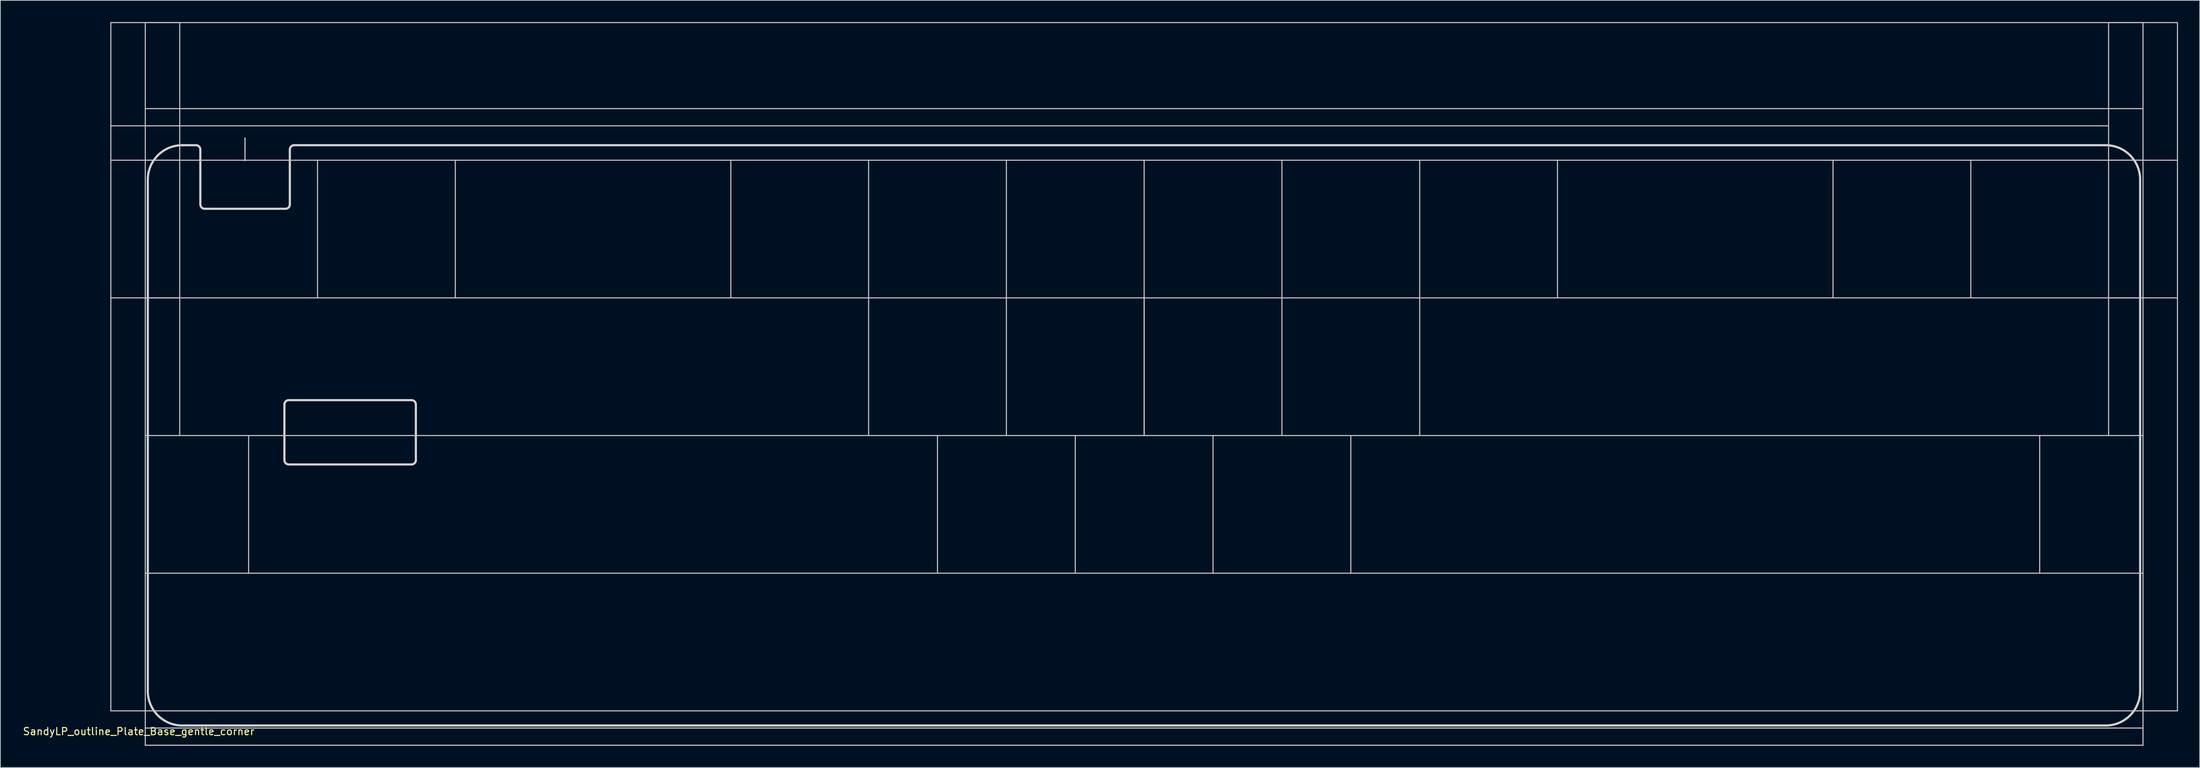
<source format=kicad_pcb>
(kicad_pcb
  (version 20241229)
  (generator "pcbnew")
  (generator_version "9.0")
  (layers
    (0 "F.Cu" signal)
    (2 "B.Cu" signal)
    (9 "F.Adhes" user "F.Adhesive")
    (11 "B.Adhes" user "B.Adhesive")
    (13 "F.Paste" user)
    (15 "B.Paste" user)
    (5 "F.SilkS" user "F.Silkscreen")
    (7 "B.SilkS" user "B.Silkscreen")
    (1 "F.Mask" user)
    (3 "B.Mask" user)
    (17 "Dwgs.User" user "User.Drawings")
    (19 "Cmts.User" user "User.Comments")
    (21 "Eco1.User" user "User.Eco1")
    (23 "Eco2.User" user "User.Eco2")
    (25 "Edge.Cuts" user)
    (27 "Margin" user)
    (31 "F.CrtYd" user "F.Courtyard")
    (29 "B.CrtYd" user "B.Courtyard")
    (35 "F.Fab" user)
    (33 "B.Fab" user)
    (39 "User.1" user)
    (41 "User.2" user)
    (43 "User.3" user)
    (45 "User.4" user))
  (footprint "SandyLP_outline_Plate_Base_gentle_corner"
    (layer "F.Cu")
    (at 155.15 66.75)
    (property "Reference" "SandyLP_outline_Plate_Base_gentle_corner" (at -139.025 31.425 0) (layer "F.SilkS") (effects (font (size 1 1) (thickness 0.15))))
    (attr through_hole)
    (fp_line (start -142.875 -66.675) (end -133.35 -66.675) (stroke (width 0.15) (type solid)) (layer "Dwgs.User"))
    (fp_line (start -142.875 -47.625) (end -142.875 -66.675) (stroke (width 0.15) (type solid)) (layer "Dwgs.User"))
    (fp_line (start -142.875 -47.625) (end -133.35 -47.625) (stroke (width 0.15) (type solid)) (layer "Dwgs.User"))
    (fp_line (start -142.875 -28.575) (end -142.875 -47.625) (stroke (width 0.15) (type solid)) (layer "Dwgs.User"))
    (fp_line (start -142.875 -28.575) (end -133.35 -28.575) (stroke (width 0.15) (type solid)) (layer "Dwgs.User"))
    (fp_line (start -142.875 -9.525) (end -142.875 -28.575) (stroke (width 0.15) (type solid)) (layer "Dwgs.User"))
    (fp_line (start -142.875 9.525) (end -142.875 -9.525) (stroke (width 0.15) (type solid)) (layer "Dwgs.User"))
    (fp_line (start -142.875 28.575) (end -142.875 9.525) (stroke (width 0.15) (type solid)) (layer "Dwgs.User"))
    (fp_line (start -138.113 -47.625) (end -138.113 -66.675) (stroke (width 0.15) (type solid)) (layer "Dwgs.User"))
    (fp_line (start -138.113 -28.575) (end -138.113 -47.625) (stroke (width 0.15) (type solid)) (layer "Dwgs.User"))
    (fp_line (start -138.113 -9.525) (end -138.113 -28.575) (stroke (width 0.15) (type solid)) (layer "Dwgs.User"))
    (fp_line (start -138.113 9.525) (end -138.113 -9.525) (stroke (width 0.15) (type solid)) (layer "Dwgs.User"))
    (fp_line (start -138.113 28.575) (end -138.113 9.525) (stroke (width 0.15) (type solid)) (layer "Dwgs.User"))
    (fp_line (start -138.113 33.337) (end -138.113 28.575) (stroke (width 0.15) (type solid)) (layer "Dwgs.User"))
    (fp_line (start -133.35 -47.625) (end -133.35 -66.675) (stroke (width 0.15) (type solid)) (layer "Dwgs.User"))
    (fp_line (start -133.35 -28.575) (end -133.35 -47.625) (stroke (width 0.15) (type solid)) (layer "Dwgs.User"))
    (fp_line (start -133.35 -9.525) (end -133.35 -28.575) (stroke (width 0.15) (type solid)) (layer "Dwgs.User"))
    (fp_line (start -124.325 -50.706) (end -124.325 -47.556) (stroke (width 0.15) (type solid)) (layer "Dwgs.User"))
    (fp_line (start -124.325 -50.706) (end -124.325 -47.556) (stroke (width 0.15) (type solid)) (layer "Dwgs.User"))
    (fp_line (start -123.825 9.525) (end -123.825 -9.525) (stroke (width 0.15) (type solid)) (layer "Dwgs.User"))
    (fp_line (start -114.3 -28.575) (end -114.3 -47.625) (stroke (width 0.15) (type solid)) (layer "Dwgs.User"))
    (fp_line (start -95.25 -28.575) (end -95.25 -47.625) (stroke (width 0.15) (type solid)) (layer "Dwgs.User"))
    (fp_line (start -57.15 -28.575) (end -57.15 -47.625) (stroke (width 0.15) (type solid)) (layer "Dwgs.User"))
    (fp_line (start -38.1 -28.575) (end -38.1 -47.625) (stroke (width 0.15) (type solid)) (layer "Dwgs.User"))
    (fp_line (start -38.1 -9.525) (end -38.1 -28.575) (stroke (width 0.15) (type solid)) (layer "Dwgs.User"))
    (fp_line (start -28.575 9.525) (end -28.575 -9.525) (stroke (width 0.15) (type solid)) (layer "Dwgs.User"))
    (fp_line (start -19.05 -28.575) (end -19.05 -47.625) (stroke (width 0.15) (type solid)) (layer "Dwgs.User"))
    (fp_line (start -19.05 -9.525) (end -19.05 -28.575) (stroke (width 0.15) (type solid)) (layer "Dwgs.User"))
    (fp_line (start -9.525 9.525) (end -9.525 -9.525) (stroke (width 0.15) (type solid)) (layer "Dwgs.User"))
    (fp_line (start 0 -28.575) (end 0 -47.625) (stroke (width 0.15) (type solid)) (layer "Dwgs.User"))
    (fp_line (start 0 -28.575) (end 0 -9.525) (stroke (width 0.15) (type solid)) (layer "Dwgs.User"))
    (fp_line (start 0 -9.525) (end 0 -28.575) (stroke (width 0.15) (type solid)) (layer "Dwgs.User"))
    (fp_line (start 0 -9.525) (end 0 -28.575) (stroke (width 0.15) (type solid)) (layer "Dwgs.User"))
    (fp_line (start 9.525 9.525) (end 9.525 -9.525) (stroke (width 0.15) (type solid)) (layer "Dwgs.User"))
    (fp_line (start 19.05 -28.575) (end 19.05 -47.625) (stroke (width 0.15) (type solid)) (layer "Dwgs.User"))
    (fp_line (start 19.05 -9.525) (end 19.05 -28.575) (stroke (width 0.15) (type solid)) (layer "Dwgs.User"))
    (fp_line (start 28.575 9.525) (end 28.575 -9.525) (stroke (width 0.15) (type solid)) (layer "Dwgs.User"))
    (fp_line (start 38.1 -28.575) (end 38.1 -47.625) (stroke (width 0.15) (type solid)) (layer "Dwgs.User"))
    (fp_line (start 38.1 -9.525) (end 38.1 -28.575) (stroke (width 0.15) (type solid)) (layer "Dwgs.User"))
    (fp_line (start 57.15 -28.575) (end 57.15 -47.625) (stroke (width 0.15) (type solid)) (layer "Dwgs.User"))
    (fp_line (start 95.25 -28.575) (end 95.25 -47.625) (stroke (width 0.15) (type solid)) (layer "Dwgs.User"))
    (fp_line (start 114.3 -28.575) (end 114.3 -47.625) (stroke (width 0.15) (type solid)) (layer "Dwgs.User"))
    (fp_line (start 123.825 9.525) (end 123.825 -9.525) (stroke (width 0.15) (type solid)) (layer "Dwgs.User"))
    (fp_line (start 133.35 -52.388) (end -142.875 -52.388) (stroke (width 0.15) (type solid)) (layer "Dwgs.User"))
    (fp_line (start 133.35 -47.625) (end 133.35 -66.675) (stroke (width 0.15) (type solid)) (layer "Dwgs.User"))
    (fp_line (start 133.35 -28.575) (end 133.35 -47.625) (stroke (width 0.15) (type solid)) (layer "Dwgs.User"))
    (fp_line (start 133.35 -9.525) (end 133.35 -28.575) (stroke (width 0.15) (type solid)) (layer "Dwgs.User"))
    (fp_line (start 138.113 -66.675) (end -138.113 -66.675) (stroke (width 0.15) (type solid)) (layer "Dwgs.User"))
    (fp_line (start 138.113 -54.769) (end -138.113 -54.769) (stroke (width 0.15) (type solid)) (layer "Dwgs.User"))
    (fp_line (start 138.113 -47.625) (end -138.113 -47.625) (stroke (width 0.15) (type solid)) (layer "Dwgs.User"))
    (fp_line (start 138.113 -47.625) (end 138.113 -66.675) (stroke (width 0.15) (type solid)) (layer "Dwgs.User"))
    (fp_line (start 138.113 -28.575) (end -138.113 -28.575) (stroke (width 0.15) (type solid)) (layer "Dwgs.User"))
    (fp_line (start 138.113 -28.575) (end 138.113 -47.625) (stroke (width 0.15) (type solid)) (layer "Dwgs.User"))
    (fp_line (start 138.113 -9.525) (end -138.113 -9.525) (stroke (width 0.15) (type solid)) (layer "Dwgs.User"))
    (fp_line (start 138.113 -9.525) (end 138.113 -28.575) (stroke (width 0.15) (type solid)) (layer "Dwgs.User"))
    (fp_line (start 138.113 9.525) (end -138.113 9.525) (stroke (width 0.15) (type solid)) (layer "Dwgs.User"))
    (fp_line (start 138.113 9.525) (end 138.113 -9.525) (stroke (width 0.15) (type solid)) (layer "Dwgs.User"))
    (fp_line (start 138.113 28.575) (end 138.113 9.525) (stroke (width 0.15) (type solid)) (layer "Dwgs.User"))
    (fp_line (start 138.113 30.956) (end -138.113 30.956) (stroke (width 0.15) (type solid)) (layer "Dwgs.User"))
    (fp_line (start 138.113 33.337) (end -138.113 33.337) (stroke (width 0.15) (type solid)) (layer "Dwgs.User"))
    (fp_line (start 138.113 33.337) (end 138.113 28.575) (stroke (width 0.15) (type solid)) (layer "Dwgs.User"))
    (fp_line (start 142.875 -66.675) (end 133.35 -66.675) (stroke (width 0.15) (type solid)) (layer "Dwgs.User"))
    (fp_line (start 142.875 -66.675) (end 142.875 -47.625) (stroke (width 0.15) (type solid)) (layer "Dwgs.User"))
    (fp_line (start 142.875 -47.625) (end 133.35 -47.625) (stroke (width 0.15) (type solid)) (layer "Dwgs.User"))
    (fp_line (start 142.875 -47.625) (end 142.875 -28.575) (stroke (width 0.15) (type solid)) (layer "Dwgs.User"))
    (fp_line (start 142.875 -28.575) (end 133.35 -28.575) (stroke (width 0.15) (type solid)) (layer "Dwgs.User"))
    (fp_line (start 142.875 -9.525) (end 142.875 -28.575) (stroke (width 0.15) (type solid)) (layer "Dwgs.User"))
    (fp_line (start 142.875 9.525) (end 142.875 -9.525) (stroke (width 0.15) (type solid)) (layer "Dwgs.User"))
    (fp_line (start 142.875 28.575) (end -142.875 28.575) (stroke (width 0.15) (type solid)) (layer "Dwgs.User"))
    (fp_line (start 142.875 28.575) (end 142.875 9.525) (stroke (width 0.15) (type solid)) (layer "Dwgs.User"))
    (fp_line (start -132.325 -49.106) (end -124.325 -49.106) (stroke (width 0.12) (type solid)) (layer "Eco1.User"))
    (fp_line (start -124.325 -49.106) (end -116.325 -49.106) (stroke (width 0.12) (type solid)) (layer "Eco1.User"))
    (fp_line (start -137.762 25.844) (end -137.762 -44.944) (stroke (width 0.3) (type solid)) (layer "Edge.Cuts"))
    (fp_line (start -131.101 -49.706) (end -133 -49.706) (stroke (width 0.3) (type solid)) (layer "Edge.Cuts"))
    (fp_line (start -130.501 -41.506) (end -130.501 -49.106) (stroke (width 0.3) (type solid)) (layer "Edge.Cuts"))
    (fp_line (start -129.901 -40.906) (end -118.725 -40.906) (stroke (width 0.3) (type solid)) (layer "Edge.Cuts"))
    (fp_line (start -118.874 -6.124) (end -118.874 -13.824) (stroke (width 0.3) (type solid)) (layer "Edge.Cuts"))
    (fp_line (start -118.274 -5.524) (end -101.298 -5.524) (stroke (width 0.3) (type solid)) (layer "Edge.Cuts"))
    (fp_line (start -118.125 -41.506) (end -118.125 -49.106) (stroke (width 0.3) (type solid)) (layer "Edge.Cuts"))
    (fp_line (start -101.298 -14.424) (end -118.274 -14.424) (stroke (width 0.3) (type solid)) (layer "Edge.Cuts"))
    (fp_line (start -100.698 -6.124) (end -100.698 -13.824) (stroke (width 0.3) (type solid)) (layer "Edge.Cuts"))
    (fp_line (start 132.95 -49.706) (end -117.525 -49.706) (stroke (width 0.3) (type solid)) (layer "Edge.Cuts"))
    (fp_line (start 132.95 30.606) (end -133 30.606) (stroke (width 0.3) (type solid)) (layer "Edge.Cuts"))
    (fp_line (start 137.713 25.844) (end 137.713 -44.944) (stroke (width 0.3) (type solid)) (layer "Edge.Cuts"))
    (fp_arc (start -137.7625 -44.94379) (mid -136.367596 -48.311386) (end -133 -49.70629) (stroke (width 0.3) (type default)) (layer "Edge.Cuts"))
    (fp_arc (start -133 30.60621) (mid -136.367596 29.211306) (end -137.7625 25.84371) (stroke (width 0.3) (type default)) (layer "Edge.Cuts"))
    (fp_arc (start -131.100736 -49.70629) (mid -130.676472 -49.530554) (end -130.500736 -49.10629) (stroke (width 0.3) (type solid)) (layer "Edge.Cuts"))
    (fp_arc (start -129.900736 -40.90629) (mid -130.325 -41.082026) (end -130.500736 -41.50629) (stroke (width 0.3) (type solid)) (layer "Edge.Cuts"))
    (fp_arc (start -118.873528 -13.824264) (mid -118.697792 -14.248528) (end -118.273528 -14.424264) (stroke (width 0.3) (type solid)) (layer "Edge.Cuts"))
    (fp_arc (start -118.273528 -5.524264) (mid -118.697792 -5.7) (end -118.873528 -6.124264) (stroke (width 0.3) (type solid)) (layer "Edge.Cuts"))
    (fp_arc (start -118.125 -49.10629) (mid -117.949264 -49.530554) (end -117.525 -49.70629) (stroke (width 0.3) (type solid)) (layer "Edge.Cuts"))
    (fp_arc (start -118.125 -41.50629) (mid -118.300736 -41.082026) (end -118.725 -40.90629) (stroke (width 0.3) (type solid)) (layer "Edge.Cuts"))
    (fp_arc (start -101.297792 -14.424264) (mid -100.873528 -14.248528) (end -100.697792 -13.824264) (stroke (width 0.3) (type solid)) (layer "Edge.Cuts"))
    (fp_arc (start -100.697792 -6.124264) (mid -100.873528 -5.7) (end -101.297792 -5.524264) (stroke (width 0.3) (type solid)) (layer "Edge.Cuts"))
    (fp_arc (start 132.95 -49.70629) (mid 136.317596 -48.311386) (end 137.7125 -44.94379) (stroke (width 0.3) (type default)) (layer "Edge.Cuts"))
    (fp_arc (start 137.7125 25.84371) (mid 136.317596 29.211306) (end 132.95 30.60621) (stroke (width 0.3) (type default)) (layer "Edge.Cuts")))
  (gr_rect
    (start -3 -3)
    (end 301.1 103.162)
    (stroke (width 0.1) (type default))
    (fill no)
    (layer "Edge.Cuts")))
</source>
